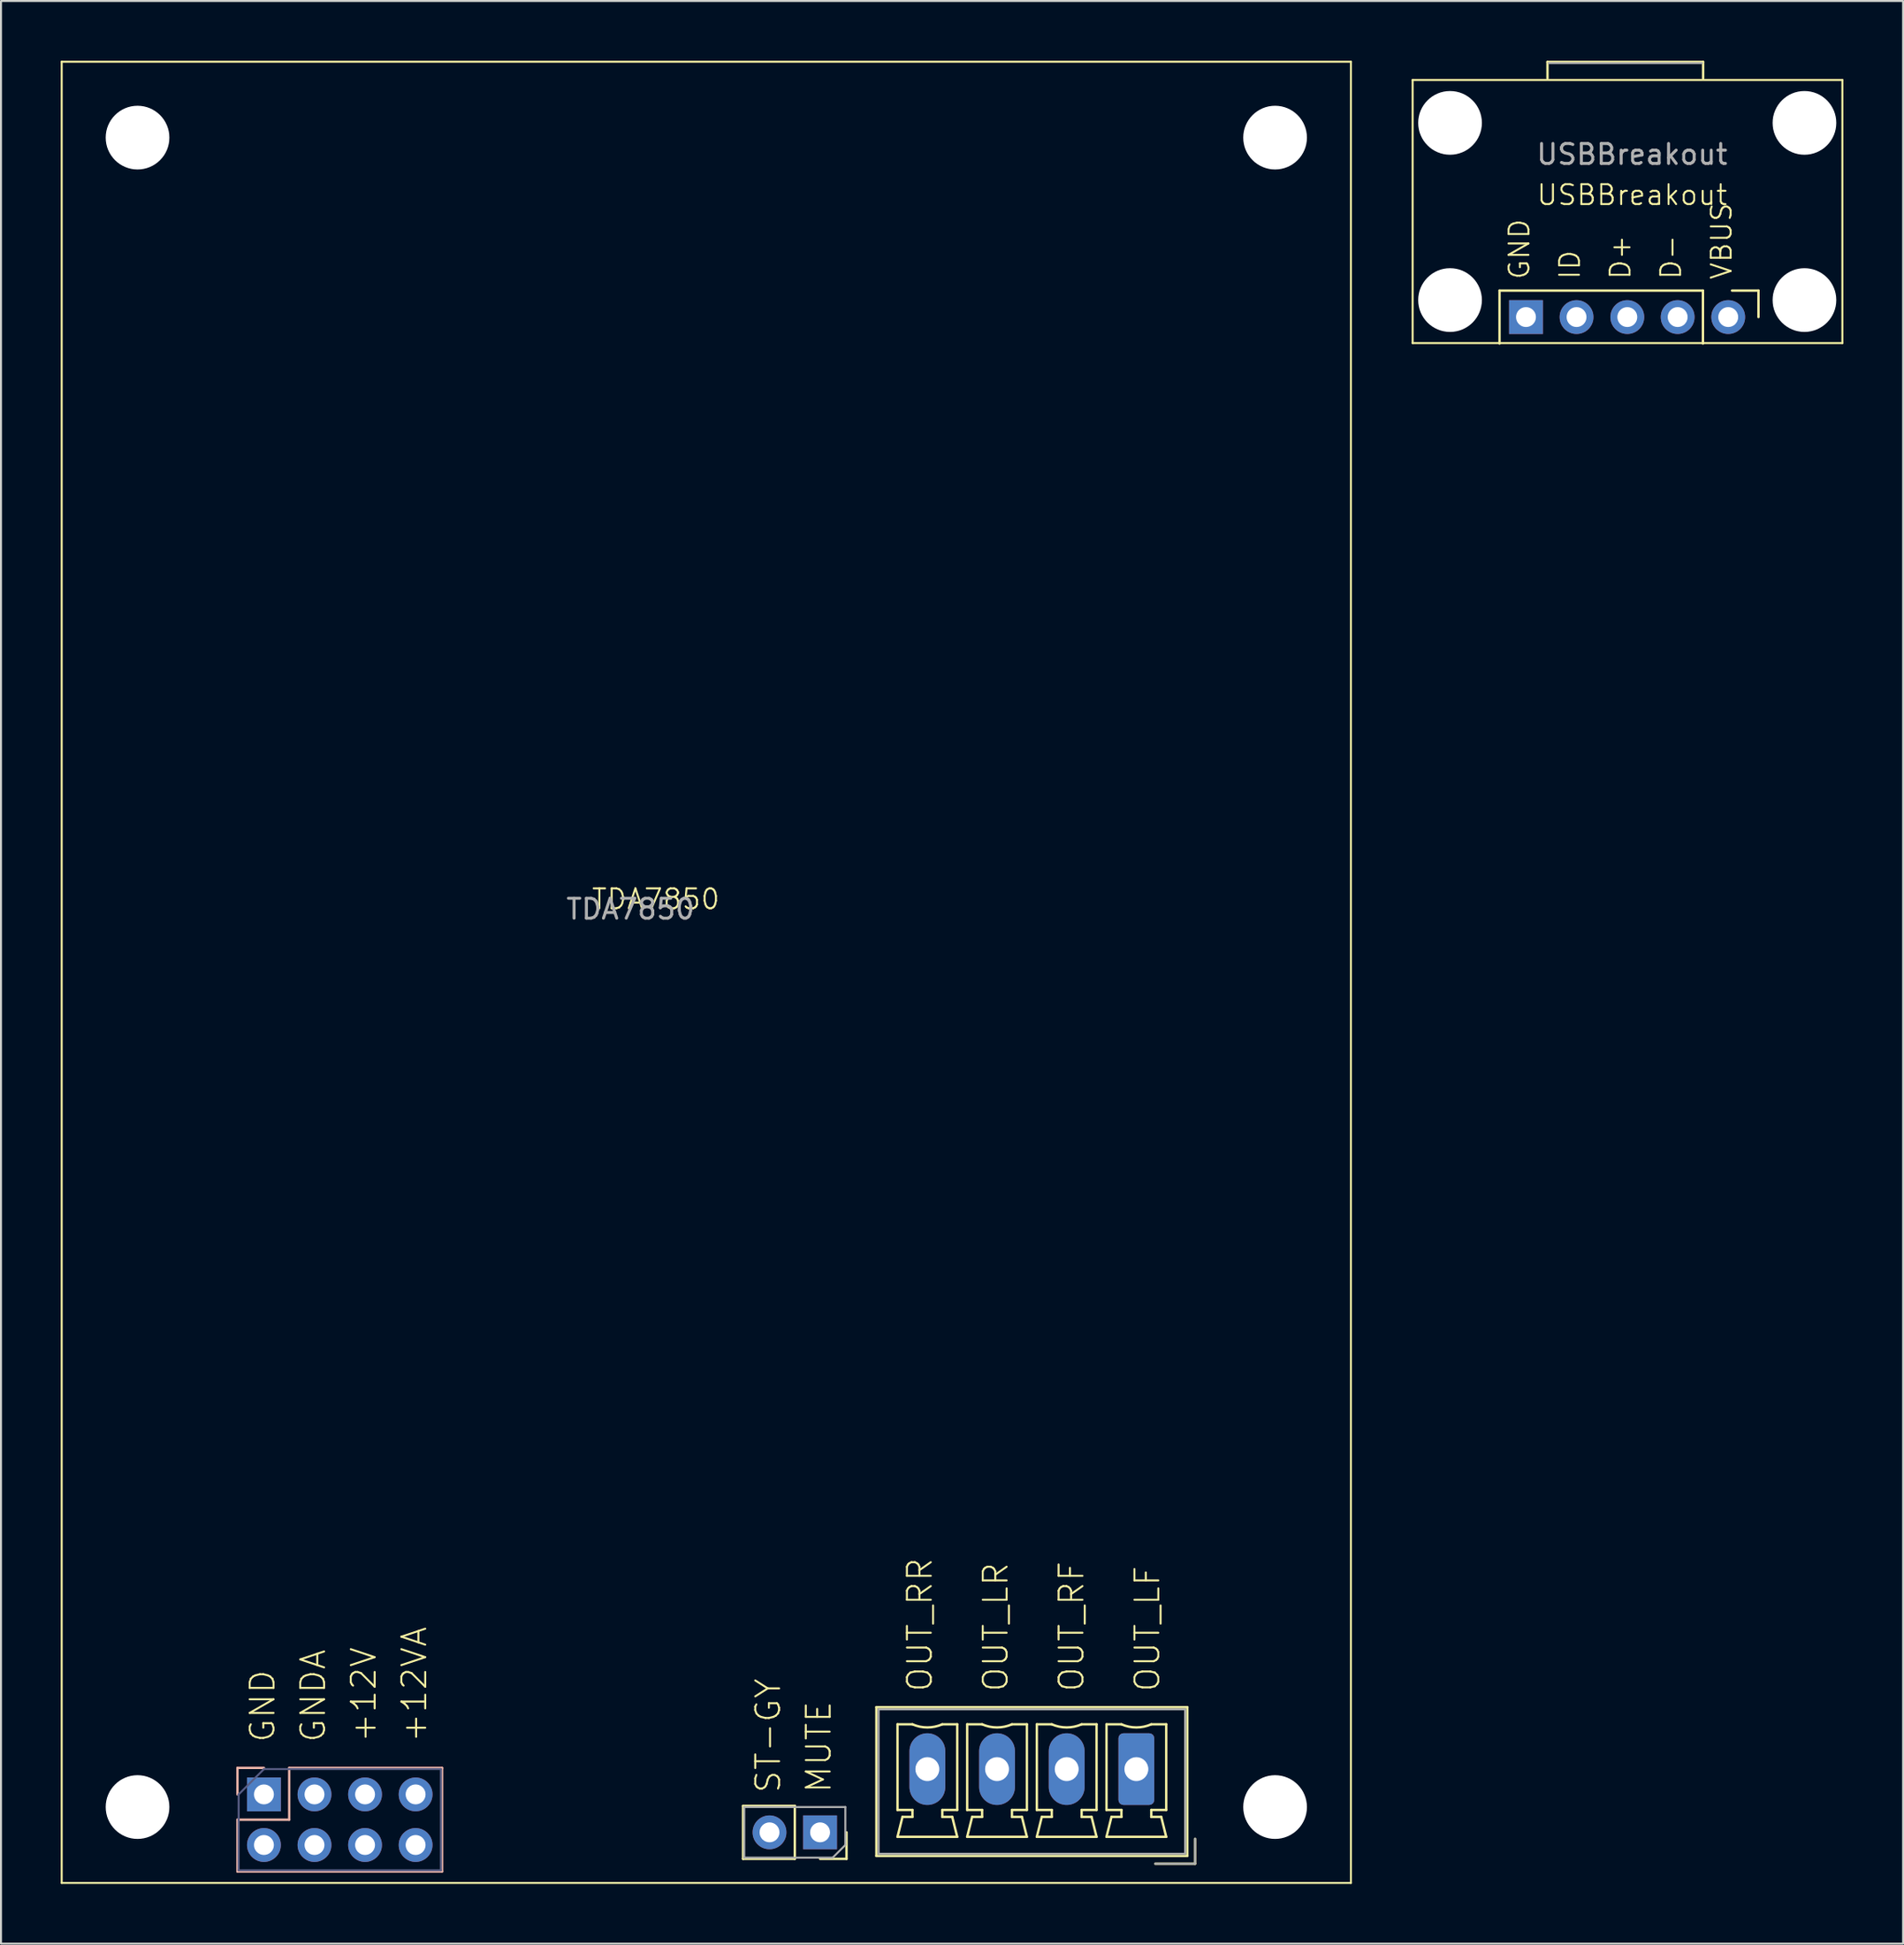
<source format=kicad_pcb>
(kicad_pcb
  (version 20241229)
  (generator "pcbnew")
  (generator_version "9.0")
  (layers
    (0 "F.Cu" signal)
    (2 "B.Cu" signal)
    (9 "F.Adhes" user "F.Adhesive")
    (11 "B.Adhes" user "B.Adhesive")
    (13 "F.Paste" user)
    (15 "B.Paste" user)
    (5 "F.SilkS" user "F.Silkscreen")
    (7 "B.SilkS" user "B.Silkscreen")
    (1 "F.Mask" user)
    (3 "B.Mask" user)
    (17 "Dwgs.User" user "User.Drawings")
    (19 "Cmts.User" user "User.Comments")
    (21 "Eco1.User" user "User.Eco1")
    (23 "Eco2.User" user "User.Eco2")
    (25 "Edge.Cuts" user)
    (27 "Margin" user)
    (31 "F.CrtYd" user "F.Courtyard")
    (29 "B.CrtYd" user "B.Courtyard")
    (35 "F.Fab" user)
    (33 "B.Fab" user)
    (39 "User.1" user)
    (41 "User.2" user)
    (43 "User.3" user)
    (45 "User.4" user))
  (footprint "USBBreakout"
    (layer "F.Cu")
    (at 78.945 7.24)
    (property "Reference" "USBBreakout" (at 0 -0.5 0) (unlocked yes) (layer "F.SilkS") (effects (font (size 1 1) (thickness 0.1))))
    (attr through_hole)
    (fp_line (start -11.025 -6.273) (end -11.025 6.935) (stroke (width 0.1) (type default)) (layer "F.SilkS"))
    (fp_line (start -11.025 6.935) (end 10.565 6.935) (stroke (width 0.1) (type default)) (layer "F.SilkS"))
    (fp_line (start -6.66 4.3) (end -6.66 6.96) (stroke (width 0.12) (type solid)) (layer "F.SilkS"))
    (fp_line (start -6.66 4.3) (end 3.56 4.3) (stroke (width 0.12) (type solid)) (layer "F.SilkS"))
    (fp_line (start -4.25 -7.18) (end -4.25 -6.35) (stroke (width 0.12) (type solid)) (layer "F.SilkS"))
    (fp_line (start -4.25 -7.18) (end 3.57 -7.18) (stroke (width 0.12) (type solid)) (layer "F.SilkS"))
    (fp_line (start 3.56 4.3) (end 3.56 6.96) (stroke (width 0.12) (type solid)) (layer "F.SilkS"))
    (fp_line (start 3.57 -7.18) (end 3.57 -6.35) (stroke (width 0.12) (type solid)) (layer "F.SilkS"))
    (fp_line (start 6.35 4.3) (end 5.02 4.3) (stroke (width 0.12) (type solid)) (layer "F.SilkS"))
    (fp_line (start 6.35 5.63) (end 6.35 4.3) (stroke (width 0.12) (type solid)) (layer "F.SilkS"))
    (fp_line (start 10.565 -6.273) (end -11.025 -6.273) (stroke (width 0.1) (type default)) (layer "F.SilkS"))
    (fp_line (start 10.565 6.935) (end 10.565 -6.273) (stroke (width 0.1) (type default)) (layer "F.SilkS"))
    (fp_line (start 3.51 -7.12) (end -4.19 -7.12) (stroke (width 0.1) (type solid)) (layer "F.Fab"))
    (fp_text user "D+" (at 0 3.81 90) (unlocked yes) (layer "F.SilkS") (effects (font (size 1 1) (thickness 0.1)) (justify left bottom)))
    (fp_text user "ID" (at -2.54 3.81 90) (unlocked yes) (layer "F.SilkS") (effects (font (size 1 1) (thickness 0.1)) (justify left bottom)))
    (fp_text user "VBUS" (at 5.08 3.81 90) (unlocked yes) (layer "F.SilkS") (effects (font (size 1 1) (thickness 0.1)) (justify left bottom)))
    (fp_text user "D-" (at 2.54 3.81 90) (unlocked yes) (layer "F.SilkS") (effects (font (size 1 1) (thickness 0.1)) (justify left bottom)))
    (fp_text user "GND" (at -5.08 3.81 90) (unlocked yes) (layer "F.SilkS") (effects (font (size 1 1) (thickness 0.1)) (justify left bottom)))
    (fp_text user "${REFERENCE}" (at 0 -2.54 0) (unlocked yes) (layer "F.Fab") (effects (font (size 1 1) (thickness 0.15))))
    (pad "" np_thru_hole circle (at -9.145 -4.12) (size 3.2 3.2) (drill 3.2) (layers "*.Cu" "*.Mask"))
    (pad "" np_thru_hole circle (at -9.145 4.776) (size 3.2 3.2) (drill 3.2) (layers "*.Cu" "*.Mask"))
    (pad "" np_thru_hole circle (at 8.66 -4.12) (size 3.2 3.2) (drill 3.2) (layers "*.Cu" "*.Mask"))
    (pad "" np_thru_hole circle (at 8.66 4.776) (size 3.2 3.2) (drill 3.2) (layers "*.Cu" "*.Mask"))
    (pad "1" thru_hole circle (at 4.83 5.63 270) (size 1.7 1.7) (drill 1) (layers "*.Cu" "*.Mask"))
    (pad "2" thru_hole oval (at 2.29 5.63 270) (size 1.7 1.7) (drill 1) (layers "*.Cu" "*.Mask"))
    (pad "3" thru_hole oval (at -0.24 5.63 270) (size 1.7 1.7) (drill 1) (layers "*.Cu" "*.Mask"))
    (pad "4" thru_hole oval (at -2.79 5.63 270) (size 1.7 1.7) (drill 1) (layers "*.Cu" "*.Mask"))
    (pad "5" thru_hole rect (at -5.33 5.63 270) (size 1.7 1.7) (drill 1) (layers "*.Cu" "*.Mask")))
  (footprint "TDA7850"
    (layer "F.Cu")
    (at 29.895 42.595)
    (property "Reference" "TDA7850" (at 0 -0.5 0) (unlocked yes) (layer "F.SilkS") (effects (font (size 1 1) (thickness 0.1))))
    (attr smd)
    (fp_line (start -29.845 -42.545) (end 34.925 -42.545) (stroke (width 0.1) (type default)) (layer "F.SilkS"))
    (fp_line (start -29.845 48.895) (end -29.845 -42.545) (stroke (width 0.1) (type default)) (layer "F.SilkS"))
    (fp_line (start -29.845 48.895) (end 34.925 48.895) (stroke (width 0.1) (type default)) (layer "F.SilkS"))
    (fp_line (start 4.385 45.025) (end 4.385 47.685) (stroke (width 0.12) (type solid)) (layer "F.SilkS"))
    (fp_line (start 6.985 45.025) (end 4.385 45.025) (stroke (width 0.12) (type solid)) (layer "F.SilkS"))
    (fp_line (start 6.985 45.025) (end 6.985 47.685) (stroke (width 0.12) (type solid)) (layer "F.SilkS"))
    (fp_line (start 6.985 47.685) (end 4.385 47.685) (stroke (width 0.12) (type solid)) (layer "F.SilkS"))
    (fp_line (start 9.585 46.355) (end 9.585 47.685) (stroke (width 0.12) (type solid)) (layer "F.SilkS"))
    (fp_line (start 9.585 47.685) (end 8.255 47.685) (stroke (width 0.12) (type solid)) (layer "F.SilkS"))
    (fp_line (start 11.085 40.07) (end 11.085 47.54) (stroke (width 0.12) (type solid)) (layer "F.SilkS"))
    (fp_line (start 11.085 47.54) (end 26.705 47.54) (stroke (width 0.12) (type solid)) (layer "F.SilkS"))
    (fp_line (start 12.145 40.93) (end 12.895 40.93) (stroke (width 0.12) (type solid)) (layer "F.SilkS"))
    (fp_line (start 12.145 45.23) (end 12.145 40.93) (stroke (width 0.12) (type solid)) (layer "F.SilkS"))
    (fp_line (start 12.145 46.58) (end 12.395 45.58) (stroke (width 0.12) (type solid)) (layer "F.SilkS"))
    (fp_line (start 12.395 45.58) (end 12.895 45.58) (stroke (width 0.12) (type solid)) (layer "F.SilkS"))
    (fp_line (start 12.895 45.23) (end 12.145 45.23) (stroke (width 0.12) (type solid)) (layer "F.SilkS"))
    (fp_line (start 12.895 45.58) (end 12.895 45.23) (stroke (width 0.12) (type solid)) (layer "F.SilkS"))
    (fp_line (start 14.395 40.93) (end 15.145 40.93) (stroke (width 0.12) (type solid)) (layer "F.SilkS"))
    (fp_line (start 14.395 45.23) (end 14.395 45.58) (stroke (width 0.12) (type solid)) (layer "F.SilkS"))
    (fp_line (start 14.395 45.58) (end 14.895 45.58) (stroke (width 0.12) (type solid)) (layer "F.SilkS"))
    (fp_line (start 14.895 45.58) (end 15.145 46.58) (stroke (width 0.12) (type solid)) (layer "F.SilkS"))
    (fp_line (start 15.145 40.93) (end 15.145 45.23) (stroke (width 0.12) (type solid)) (layer "F.SilkS"))
    (fp_line (start 15.145 45.23) (end 14.395 45.23) (stroke (width 0.12) (type solid)) (layer "F.SilkS"))
    (fp_line (start 15.145 46.58) (end 12.145 46.58) (stroke (width 0.12) (type solid)) (layer "F.SilkS"))
    (fp_line (start 15.645 40.93) (end 16.395 40.93) (stroke (width 0.12) (type solid)) (layer "F.SilkS"))
    (fp_line (start 15.645 45.23) (end 15.645 40.93) (stroke (width 0.12) (type solid)) (layer "F.SilkS"))
    (fp_line (start 15.645 46.58) (end 15.895 45.58) (stroke (width 0.12) (type solid)) (layer "F.SilkS"))
    (fp_line (start 15.895 45.58) (end 16.395 45.58) (stroke (width 0.12) (type solid)) (layer "F.SilkS"))
    (fp_line (start 16.395 45.23) (end 15.645 45.23) (stroke (width 0.12) (type solid)) (layer "F.SilkS"))
    (fp_line (start 16.395 45.58) (end 16.395 45.23) (stroke (width 0.12) (type solid)) (layer "F.SilkS"))
    (fp_line (start 17.895 40.93) (end 18.645 40.93) (stroke (width 0.12) (type solid)) (layer "F.SilkS"))
    (fp_line (start 17.895 45.23) (end 17.895 45.58) (stroke (width 0.12) (type solid)) (layer "F.SilkS"))
    (fp_line (start 17.895 45.58) (end 18.395 45.58) (stroke (width 0.12) (type solid)) (layer "F.SilkS"))
    (fp_line (start 18.395 45.58) (end 18.645 46.58) (stroke (width 0.12) (type solid)) (layer "F.SilkS"))
    (fp_line (start 18.645 40.93) (end 18.645 45.23) (stroke (width 0.12) (type solid)) (layer "F.SilkS"))
    (fp_line (start 18.645 45.23) (end 17.895 45.23) (stroke (width 0.12) (type solid)) (layer "F.SilkS"))
    (fp_line (start 18.645 46.58) (end 15.645 46.58) (stroke (width 0.12) (type solid)) (layer "F.SilkS"))
    (fp_line (start 19.145 40.93) (end 19.895 40.93) (stroke (width 0.12) (type solid)) (layer "F.SilkS"))
    (fp_line (start 19.145 45.23) (end 19.145 40.93) (stroke (width 0.12) (type solid)) (layer "F.SilkS"))
    (fp_line (start 19.145 46.58) (end 19.395 45.58) (stroke (width 0.12) (type solid)) (layer "F.SilkS"))
    (fp_line (start 19.395 45.58) (end 19.895 45.58) (stroke (width 0.12) (type solid)) (layer "F.SilkS"))
    (fp_line (start 19.895 45.23) (end 19.145 45.23) (stroke (width 0.12) (type solid)) (layer "F.SilkS"))
    (fp_line (start 19.895 45.58) (end 19.895 45.23) (stroke (width 0.12) (type solid)) (layer "F.SilkS"))
    (fp_line (start 21.395 40.93) (end 22.145 40.93) (stroke (width 0.12) (type solid)) (layer "F.SilkS"))
    (fp_line (start 21.395 45.23) (end 21.395 45.58) (stroke (width 0.12) (type solid)) (layer "F.SilkS"))
    (fp_line (start 21.395 45.58) (end 21.895 45.58) (stroke (width 0.12) (type solid)) (layer "F.SilkS"))
    (fp_line (start 21.895 45.58) (end 22.145 46.58) (stroke (width 0.12) (type solid)) (layer "F.SilkS"))
    (fp_line (start 22.145 40.93) (end 22.145 45.23) (stroke (width 0.12) (type solid)) (layer "F.SilkS"))
    (fp_line (start 22.145 45.23) (end 21.395 45.23) (stroke (width 0.12) (type solid)) (layer "F.SilkS"))
    (fp_line (start 22.145 46.58) (end 19.145 46.58) (stroke (width 0.12) (type solid)) (layer "F.SilkS"))
    (fp_line (start 22.645 40.93) (end 23.395 40.93) (stroke (width 0.12) (type solid)) (layer "F.SilkS"))
    (fp_line (start 22.645 45.23) (end 22.645 40.93) (stroke (width 0.12) (type solid)) (layer "F.SilkS"))
    (fp_line (start 22.645 46.58) (end 22.895 45.58) (stroke (width 0.12) (type solid)) (layer "F.SilkS"))
    (fp_line (start 22.895 45.58) (end 23.395 45.58) (stroke (width 0.12) (type solid)) (layer "F.SilkS"))
    (fp_line (start 23.395 45.23) (end 22.645 45.23) (stroke (width 0.12) (type solid)) (layer "F.SilkS"))
    (fp_line (start 23.395 45.58) (end 23.395 45.23) (stroke (width 0.12) (type solid)) (layer "F.SilkS"))
    (fp_line (start 24.895 40.93) (end 25.645 40.93) (stroke (width 0.12) (type solid)) (layer "F.SilkS"))
    (fp_line (start 24.895 45.23) (end 24.895 45.58) (stroke (width 0.12) (type solid)) (layer "F.SilkS"))
    (fp_line (start 24.895 45.58) (end 25.395 45.58) (stroke (width 0.12) (type solid)) (layer "F.SilkS"))
    (fp_line (start 25.395 45.58) (end 25.645 46.58) (stroke (width 0.12) (type solid)) (layer "F.SilkS"))
    (fp_line (start 25.645 40.93) (end 25.645 45.23) (stroke (width 0.12) (type solid)) (layer "F.SilkS"))
    (fp_line (start 25.645 45.23) (end 24.895 45.23) (stroke (width 0.12) (type solid)) (layer "F.SilkS"))
    (fp_line (start 25.645 46.58) (end 22.645 46.58) (stroke (width 0.12) (type solid)) (layer "F.SilkS"))
    (fp_line (start 26.705 40.07) (end 11.085 40.07) (stroke (width 0.12) (type solid)) (layer "F.SilkS"))
    (fp_line (start 26.705 47.54) (end 26.705 40.07) (stroke (width 0.12) (type solid)) (layer "F.SilkS"))
    (fp_line (start 27.095 46.68) (end 27.095 47.93) (stroke (width 0.12) (type solid)) (layer "F.SilkS"))
    (fp_line (start 27.095 47.93) (end 25.095 47.93) (stroke (width 0.12) (type solid)) (layer "F.SilkS"))
    (fp_line (start 34.925 -42.545) (end 34.925 48.895) (stroke (width 0.1) (type default)) (layer "F.SilkS"))
    (fp_arc (start 14.395 40.93) (mid 13.645193 41.08809) (end 12.895353 40.930156) (stroke (width 0.12) (type solid)) (layer "F.SilkS"))
    (fp_arc (start 17.895 40.93) (mid 17.145193 41.08809) (end 16.395353 40.930156) (stroke (width 0.12) (type solid)) (layer "F.SilkS"))
    (fp_arc (start 21.395 40.93) (mid 20.645193 41.08809) (end 19.895353 40.930156) (stroke (width 0.12) (type solid)) (layer "F.SilkS"))
    (fp_arc (start 24.895 40.93) (mid 24.145193 41.08809) (end 23.395353 40.930156) (stroke (width 0.12) (type solid)) (layer "F.SilkS"))
    (fp_line (start -21.015 43.12) (end -21.015 44.45) (stroke (width 0.12) (type solid)) (layer "B.SilkS"))
    (fp_line (start -21.015 45.72) (end -21.015 48.32) (stroke (width 0.12) (type solid)) (layer "B.SilkS"))
    (fp_line (start -21.015 48.32) (end -10.735 48.32) (stroke (width 0.12) (type solid)) (layer "B.SilkS"))
    (fp_line (start -19.685 43.12) (end -21.015 43.12) (stroke (width 0.12) (type solid)) (layer "B.SilkS"))
    (fp_line (start -18.415 43.12) (end -18.415 45.72) (stroke (width 0.12) (type solid)) (layer "B.SilkS"))
    (fp_line (start -18.415 43.12) (end -10.735 43.12) (stroke (width 0.12) (type solid)) (layer "B.SilkS"))
    (fp_line (start -18.415 45.72) (end -21.015 45.72) (stroke (width 0.12) (type solid)) (layer "B.SilkS"))
    (fp_line (start -10.735 43.12) (end -10.735 48.32) (stroke (width 0.12) (type solid)) (layer "B.SilkS"))
    (fp_line (start -20.955 44.45) (end -20.955 48.26) (stroke (width 0.1) (type solid)) (layer "B.Fab"))
    (fp_line (start -20.955 48.26) (end -10.795 48.26) (stroke (width 0.1) (type solid)) (layer "B.Fab"))
    (fp_line (start -19.685 43.18) (end -20.955 44.45) (stroke (width 0.1) (type solid)) (layer "B.Fab"))
    (fp_line (start -10.795 43.18) (end -19.685 43.18) (stroke (width 0.1) (type solid)) (layer "B.Fab"))
    (fp_line (start -10.795 48.26) (end -10.795 43.18) (stroke (width 0.1) (type solid)) (layer "B.Fab"))
    (fp_line (start 4.445 45.085) (end 9.525 45.085) (stroke (width 0.1) (type solid)) (layer "F.Fab"))
    (fp_line (start 4.445 47.625) (end 4.445 45.085) (stroke (width 0.1) (type solid)) (layer "F.Fab"))
    (fp_line (start 8.89 47.625) (end 4.445 47.625) (stroke (width 0.1) (type solid)) (layer "F.Fab"))
    (fp_line (start 9.525 45.085) (end 9.525 46.99) (stroke (width 0.1) (type solid)) (layer "F.Fab"))
    (fp_line (start 9.525 46.99) (end 8.89 47.625) (stroke (width 0.1) (type solid)) (layer "F.Fab"))
    (fp_line (start 11.195 40.18) (end 11.195 47.43) (stroke (width 0.1) (type solid)) (layer "F.Fab"))
    (fp_line (start 11.195 47.43) (end 26.595 47.43) (stroke (width 0.1) (type solid)) (layer "F.Fab"))
    (fp_line (start 26.595 40.18) (end 11.195 40.18) (stroke (width 0.1) (type solid)) (layer "F.Fab"))
    (fp_line (start 26.595 47.43) (end 26.595 40.18) (stroke (width 0.1) (type solid)) (layer "F.Fab"))
    (fp_line (start 27.095 46.68) (end 27.095 47.93) (stroke (width 0.1) (type solid)) (layer "F.Fab"))
    (fp_line (start 27.095 47.93) (end 25.095 47.93) (stroke (width 0.1) (type solid)) (layer "F.Fab"))
    (fp_text user "OUT_RR" (at 13.97 39.37 90) (unlocked yes) (layer "F.SilkS") (effects (font (size 1.2 1.2) (thickness 0.1)) (justify left bottom)))
    (fp_text user "MUTE" (at 8.89 44.45 90) (unlocked yes) (layer "F.SilkS") (effects (font (size 1.2 1.2) (thickness 0.1)) (justify left bottom)))
    (fp_text user "OUT_RF" (at 21.59 39.37 90) (unlocked yes) (layer "F.SilkS") (effects (font (size 1.2 1.2) (thickness 0.1)) (justify left bottom)))
    (fp_text user "ST-GY" (at 6.35 44.45 90) (unlocked yes) (layer "F.SilkS") (effects (font (size 1.2 1.2) (thickness 0.1)) (justify left bottom)))
    (fp_text user "GND" (at -19.05 41.91 90) (unlocked yes) (layer "F.SilkS") (effects (font (size 1.2 1.2) (thickness 0.1)) (justify left bottom)))
    (fp_text user "GNDA" (at -16.51 41.91 90) (unlocked yes) (layer "F.SilkS") (effects (font (size 1.2 1.2) (thickness 0.1)) (justify left bottom)))
    (fp_text user "OUT_LF" (at 25.4 39.37 90) (unlocked yes) (layer "F.SilkS") (effects (font (size 1.2 1.2) (thickness 0.1)) (justify left bottom)))
    (fp_text user "+12V" (at -13.97 41.91 90) (unlocked yes) (layer "F.SilkS") (effects (font (size 1.2 1.2) (thickness 0.1)) (justify left bottom)))
    (fp_text user "+12VA" (at -11.43 41.91 90) (unlocked yes) (layer "F.SilkS") (effects (font (size 1.2 1.2) (thickness 0.1)) (justify left bottom)))
    (fp_text user "OUT_LR" (at 17.78 39.37 90) (unlocked yes) (layer "F.SilkS") (effects (font (size 1.2 1.2) (thickness 0.1)) (justify left bottom)))
    (fp_text user "${REFERENCE}" (at -1.27 0 0) (unlocked yes) (layer "F.Fab") (effects (font (size 1 1) (thickness 0.15))))
    (pad "" np_thru_hole circle (at -26.035 -38.735) (size 3.2 3.2) (drill 3.2) (layers "*.Cu" "*.Mask"))
    (pad "" np_thru_hole circle (at -26.035 45.085) (size 3.2 3.2) (drill 3.2) (layers "*.Cu" "*.Mask"))
    (pad "" np_thru_hole circle (at 31.115 -38.735) (size 3.2 3.2) (drill 3.2) (layers "*.Cu" "*.Mask"))
    (pad "" np_thru_hole circle (at 31.115 45.085) (size 3.2 3.2) (drill 3.2) (layers "*.Cu" "*.Mask"))
    (pad "1" thru_hole rect (at -19.685 44.45 270) (size 1.7 1.7) (drill 1) (layers "*.Cu" "*.Mask"))
    (pad "2" thru_hole oval (at -19.685 46.99 270) (size 1.7 1.7) (drill 1) (layers "*.Cu" "*.Mask"))
    (pad "3" thru_hole oval (at -17.145 44.45 270) (size 1.7 1.7) (drill 1) (layers "*.Cu" "*.Mask"))
    (pad "4" thru_hole oval (at -17.145 46.99 270) (size 1.7 1.7) (drill 1) (layers "*.Cu" "*.Mask"))
    (pad "5" thru_hole oval (at -14.605 44.45 270) (size 1.7 1.7) (drill 1) (layers "*.Cu" "*.Mask"))
    (pad "6" thru_hole oval (at -14.605 46.99 270) (size 1.7 1.7) (drill 1) (layers "*.Cu" "*.Mask"))
    (pad "7" thru_hole oval (at -12.065 44.45 270) (size 1.7 1.7) (drill 1) (layers "*.Cu" "*.Mask"))
    (pad "8" thru_hole oval (at -12.065 46.99 270) (size 1.7 1.7) (drill 1) (layers "*.Cu" "*.Mask"))
    (pad "LF" thru_hole roundrect (at 24.145 43.18 180) (size 1.8 3.6) (drill 1.2) (layers "*.Cu" "*.Mask") (roundrect_rratio 0.139))
    (pad "LR" thru_hole oval (at 17.145 43.18 180) (size 1.8 3.6) (drill 1.2) (layers "*.Cu" "*.Mask"))
    (pad "MT" thru_hole rect (at 8.255 46.355 270) (size 1.7 1.7) (drill 1) (layers "*.Cu" "*.Mask"))
    (pad "RF" thru_hole oval (at 20.645 43.18 180) (size 1.8 3.6) (drill 1.2) (layers "*.Cu" "*.Mask"))
    (pad "RR" thru_hole oval (at 13.645 43.18 180) (size 1.8 3.6) (drill 1.2) (layers "*.Cu" "*.Mask"))
    (pad "ST" thru_hole oval (at 5.715 46.355 270) (size 1.7 1.7) (drill 1) (layers "*.Cu" "*.Mask")))
  (gr_rect
    (start -3 -3)
    (end 92.56 94.54)
    (stroke (width 0.1) (type default))
    (fill no)
    (layer "Edge.Cuts")))
</source>
